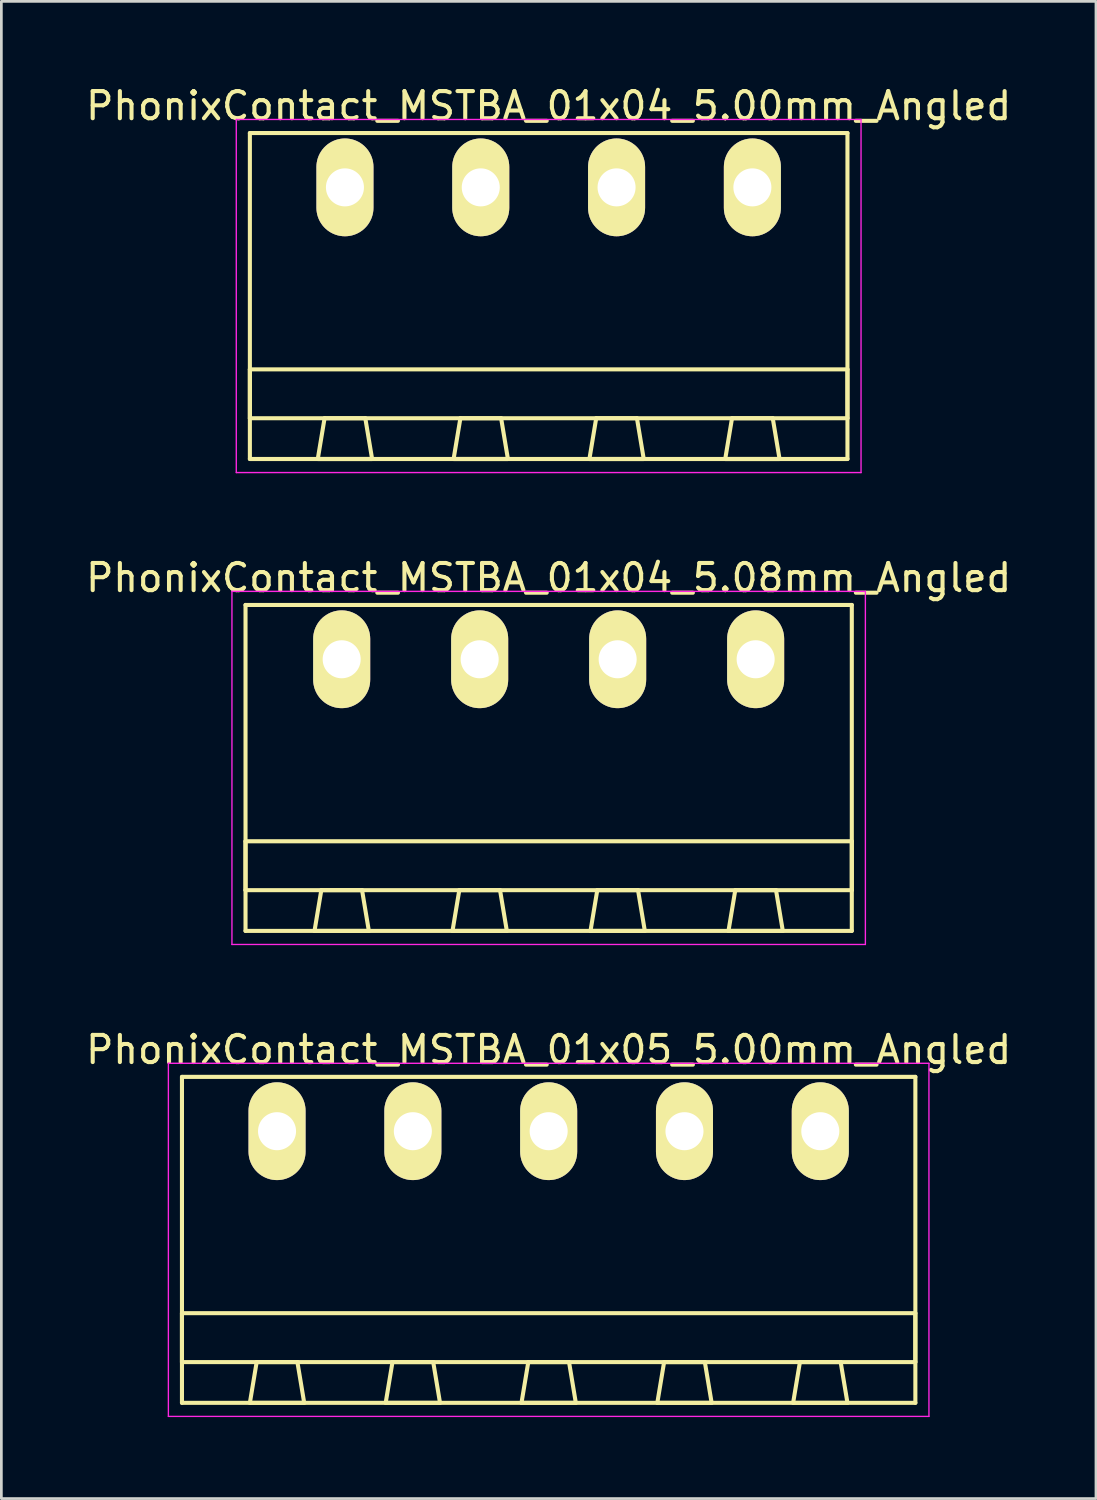
<source format=kicad_pcb>
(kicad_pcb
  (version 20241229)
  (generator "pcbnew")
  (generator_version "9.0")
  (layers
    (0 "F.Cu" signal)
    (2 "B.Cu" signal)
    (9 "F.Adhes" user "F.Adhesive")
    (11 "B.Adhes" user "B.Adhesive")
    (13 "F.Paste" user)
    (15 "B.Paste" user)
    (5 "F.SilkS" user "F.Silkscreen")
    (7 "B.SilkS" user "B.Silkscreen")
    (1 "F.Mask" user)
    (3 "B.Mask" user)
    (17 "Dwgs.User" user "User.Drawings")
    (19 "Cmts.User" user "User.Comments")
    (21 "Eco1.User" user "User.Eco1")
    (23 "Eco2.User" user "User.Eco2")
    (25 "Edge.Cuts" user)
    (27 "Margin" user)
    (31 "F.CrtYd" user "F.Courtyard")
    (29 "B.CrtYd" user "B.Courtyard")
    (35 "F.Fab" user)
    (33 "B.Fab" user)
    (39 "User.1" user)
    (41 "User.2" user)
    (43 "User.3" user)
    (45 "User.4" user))
  (footprint "PhonixContact_MSTBA_01x05_5.00mm_Angled"
    (layer "F.Cu")
    (at 7.149 38.595)
    (property "Reference" "PhonixContact_MSTBA_01x05_5.00mm_Angled" (at 10 -3 0) (layer "F.SilkS") (effects (font (size 1 1) (thickness 0.15))))
    (attr through_hole)
    (fp_line (start -3.5 -2) (end -3.5 10) (stroke (width 0.15) (type solid)) (layer "F.SilkS"))
    (fp_line (start -3.5 6.7) (end 23.5 6.7) (stroke (width 0.15) (type solid)) (layer "F.SilkS"))
    (fp_line (start -3.5 8.5) (end -3.5 6.7) (stroke (width 0.15) (type solid)) (layer "F.SilkS"))
    (fp_line (start -3.5 10) (end 23.5 10) (stroke (width 0.15) (type solid)) (layer "F.SilkS"))
    (fp_line (start -1 10) (end 1 10) (stroke (width 0.15) (type solid)) (layer "F.SilkS"))
    (fp_line (start -0.75 8.5) (end -1 10) (stroke (width 0.15) (type solid)) (layer "F.SilkS"))
    (fp_line (start 0.75 8.5) (end -0.75 8.5) (stroke (width 0.15) (type solid)) (layer "F.SilkS"))
    (fp_line (start 1 10) (end 0.75 8.5) (stroke (width 0.15) (type solid)) (layer "F.SilkS"))
    (fp_line (start 4 10) (end 6 10) (stroke (width 0.15) (type solid)) (layer "F.SilkS"))
    (fp_line (start 4.25 8.5) (end 4 10) (stroke (width 0.15) (type solid)) (layer "F.SilkS"))
    (fp_line (start 5.75 8.5) (end 4.25 8.5) (stroke (width 0.15) (type solid)) (layer "F.SilkS"))
    (fp_line (start 6 10) (end 5.75 8.5) (stroke (width 0.15) (type solid)) (layer "F.SilkS"))
    (fp_line (start 9 10) (end 11 10) (stroke (width 0.15) (type solid)) (layer "F.SilkS"))
    (fp_line (start 9.25 8.5) (end 9 10) (stroke (width 0.15) (type solid)) (layer "F.SilkS"))
    (fp_line (start 10.75 8.5) (end 9.25 8.5) (stroke (width 0.15) (type solid)) (layer "F.SilkS"))
    (fp_line (start 11 10) (end 10.75 8.5) (stroke (width 0.15) (type solid)) (layer "F.SilkS"))
    (fp_line (start 14 10) (end 16 10) (stroke (width 0.15) (type solid)) (layer "F.SilkS"))
    (fp_line (start 14.25 8.5) (end 14 10) (stroke (width 0.15) (type solid)) (layer "F.SilkS"))
    (fp_line (start 15.75 8.5) (end 14.25 8.5) (stroke (width 0.15) (type solid)) (layer "F.SilkS"))
    (fp_line (start 16 10) (end 15.75 8.5) (stroke (width 0.15) (type solid)) (layer "F.SilkS"))
    (fp_line (start 19 10) (end 21 10) (stroke (width 0.15) (type solid)) (layer "F.SilkS"))
    (fp_line (start 19.25 8.5) (end 19 10) (stroke (width 0.15) (type solid)) (layer "F.SilkS"))
    (fp_line (start 20.75 8.5) (end 19.25 8.5) (stroke (width 0.15) (type solid)) (layer "F.SilkS"))
    (fp_line (start 21 10) (end 20.75 8.5) (stroke (width 0.15) (type solid)) (layer "F.SilkS"))
    (fp_line (start 23.5 -2) (end -3.5 -2) (stroke (width 0.15) (type solid)) (layer "F.SilkS"))
    (fp_line (start 23.5 6.7) (end 23.5 8.5) (stroke (width 0.15) (type solid)) (layer "F.SilkS"))
    (fp_line (start 23.5 8.5) (end -3.5 8.5) (stroke (width 0.15) (type solid)) (layer "F.SilkS"))
    (fp_line (start 23.5 10) (end 23.5 -2) (stroke (width 0.15) (type solid)) (layer "F.SilkS"))
    (fp_line (start -4 -2.5) (end -4 10.5) (stroke (width 0.05) (type solid)) (layer "F.CrtYd"))
    (fp_line (start -4 10.5) (end 24 10.5) (stroke (width 0.05) (type solid)) (layer "F.CrtYd"))
    (fp_line (start 24 -2.5) (end -4 -2.5) (stroke (width 0.05) (type solid)) (layer "F.CrtYd"))
    (fp_line (start 24 10.5) (end 24 -2.5) (stroke (width 0.05) (type solid)) (layer "F.CrtYd"))
    (pad "1" thru_hole oval (at 0 0) (size 2.1 3.6) (drill 1.4) (layers "*.Cu" "*.Mask" "F.SilkS"))
    (pad "2" thru_hole oval (at 5 0) (size 2.1 3.6) (drill 1.4) (layers "*.Cu" "*.Mask" "F.SilkS"))
    (pad "3" thru_hole oval (at 10 0) (size 2.1 3.6) (drill 1.4) (layers "*.Cu" "*.Mask" "F.SilkS"))
    (pad "4" thru_hole oval (at 15 0) (size 2.1 3.6) (drill 1.4) (layers "*.Cu" "*.Mask" "F.SilkS"))
    (pad "5" thru_hole oval (at 20 0) (size 2.1 3.6) (drill 1.4) (layers "*.Cu" "*.Mask" "F.SilkS")))
  (footprint "PhonixContact_MSTBA_01x04_5.08mm_Angled"
    (layer "F.Cu")
    (at 9.529 21.221)
    (property "Reference" "PhonixContact_MSTBA_01x04_5.08mm_Angled" (at 7.62 -3 0) (layer "F.SilkS") (effects (font (size 1 1) (thickness 0.15))))
    (attr through_hole)
    (fp_line (start -3.54 -2) (end -3.54 10) (stroke (width 0.15) (type solid)) (layer "F.SilkS"))
    (fp_line (start -3.54 6.7) (end 18.78 6.7) (stroke (width 0.15) (type solid)) (layer "F.SilkS"))
    (fp_line (start -3.54 8.5) (end -3.54 6.7) (stroke (width 0.15) (type solid)) (layer "F.SilkS"))
    (fp_line (start -3.54 10) (end 18.78 10) (stroke (width 0.15) (type solid)) (layer "F.SilkS"))
    (fp_line (start -1 10) (end 1 10) (stroke (width 0.15) (type solid)) (layer "F.SilkS"))
    (fp_line (start -0.75 8.5) (end -1 10) (stroke (width 0.15) (type solid)) (layer "F.SilkS"))
    (fp_line (start 0.75 8.5) (end -0.75 8.5) (stroke (width 0.15) (type solid)) (layer "F.SilkS"))
    (fp_line (start 1 10) (end 0.75 8.5) (stroke (width 0.15) (type solid)) (layer "F.SilkS"))
    (fp_line (start 4.08 10) (end 6.08 10) (stroke (width 0.15) (type solid)) (layer "F.SilkS"))
    (fp_line (start 4.33 8.5) (end 4.08 10) (stroke (width 0.15) (type solid)) (layer "F.SilkS"))
    (fp_line (start 5.83 8.5) (end 4.33 8.5) (stroke (width 0.15) (type solid)) (layer "F.SilkS"))
    (fp_line (start 6.08 10) (end 5.83 8.5) (stroke (width 0.15) (type solid)) (layer "F.SilkS"))
    (fp_line (start 9.16 10) (end 11.16 10) (stroke (width 0.15) (type solid)) (layer "F.SilkS"))
    (fp_line (start 9.41 8.5) (end 9.16 10) (stroke (width 0.15) (type solid)) (layer "F.SilkS"))
    (fp_line (start 10.91 8.5) (end 9.41 8.5) (stroke (width 0.15) (type solid)) (layer "F.SilkS"))
    (fp_line (start 11.16 10) (end 10.91 8.5) (stroke (width 0.15) (type solid)) (layer "F.SilkS"))
    (fp_line (start 14.24 10) (end 16.24 10) (stroke (width 0.15) (type solid)) (layer "F.SilkS"))
    (fp_line (start 14.49 8.5) (end 14.24 10) (stroke (width 0.15) (type solid)) (layer "F.SilkS"))
    (fp_line (start 15.99 8.5) (end 14.49 8.5) (stroke (width 0.15) (type solid)) (layer "F.SilkS"))
    (fp_line (start 16.24 10) (end 15.99 8.5) (stroke (width 0.15) (type solid)) (layer "F.SilkS"))
    (fp_line (start 18.78 -2) (end -3.54 -2) (stroke (width 0.15) (type solid)) (layer "F.SilkS"))
    (fp_line (start 18.78 6.7) (end 18.78 8.5) (stroke (width 0.15) (type solid)) (layer "F.SilkS"))
    (fp_line (start 18.78 8.5) (end -3.54 8.5) (stroke (width 0.15) (type solid)) (layer "F.SilkS"))
    (fp_line (start 18.78 10) (end 18.78 -2) (stroke (width 0.15) (type solid)) (layer "F.SilkS"))
    (fp_line (start -4.04 -2.5) (end -4.04 10.5) (stroke (width 0.05) (type solid)) (layer "F.CrtYd"))
    (fp_line (start -4.04 10.5) (end 19.28 10.5) (stroke (width 0.05) (type solid)) (layer "F.CrtYd"))
    (fp_line (start 19.28 -2.5) (end -4.04 -2.5) (stroke (width 0.05) (type solid)) (layer "F.CrtYd"))
    (fp_line (start 19.28 10.5) (end 19.28 -2.5) (stroke (width 0.05) (type solid)) (layer "F.CrtYd"))
    (pad "1" thru_hole oval (at 0 0) (size 2.1 3.6) (drill 1.4) (layers "*.Cu" "*.Mask" "F.SilkS"))
    (pad "2" thru_hole oval (at 5.08 0) (size 2.1 3.6) (drill 1.4) (layers "*.Cu" "*.Mask" "F.SilkS"))
    (pad "3" thru_hole oval (at 10.16 0) (size 2.1 3.6) (drill 1.4) (layers "*.Cu" "*.Mask" "F.SilkS"))
    (pad "4" thru_hole oval (at 15.24 0) (size 2.1 3.6) (drill 1.4) (layers "*.Cu" "*.Mask" "F.SilkS")))
  (footprint "PhonixContact_MSTBA_01x04_5.00mm_Angled"
    (layer "F.Cu")
    (at 9.649 3.848)
    (property "Reference" "PhonixContact_MSTBA_01x04_5.00mm_Angled" (at 7.5 -3 0) (layer "F.SilkS") (effects (font (size 1 1) (thickness 0.15))))
    (attr through_hole)
    (fp_line (start -3.5 -2) (end -3.5 10) (stroke (width 0.15) (type solid)) (layer "F.SilkS"))
    (fp_line (start -3.5 6.7) (end 18.5 6.7) (stroke (width 0.15) (type solid)) (layer "F.SilkS"))
    (fp_line (start -3.5 8.5) (end -3.5 6.7) (stroke (width 0.15) (type solid)) (layer "F.SilkS"))
    (fp_line (start -3.5 10) (end 18.5 10) (stroke (width 0.15) (type solid)) (layer "F.SilkS"))
    (fp_line (start -1 10) (end 1 10) (stroke (width 0.15) (type solid)) (layer "F.SilkS"))
    (fp_line (start -0.75 8.5) (end -1 10) (stroke (width 0.15) (type solid)) (layer "F.SilkS"))
    (fp_line (start 0.75 8.5) (end -0.75 8.5) (stroke (width 0.15) (type solid)) (layer "F.SilkS"))
    (fp_line (start 1 10) (end 0.75 8.5) (stroke (width 0.15) (type solid)) (layer "F.SilkS"))
    (fp_line (start 4 10) (end 6 10) (stroke (width 0.15) (type solid)) (layer "F.SilkS"))
    (fp_line (start 4.25 8.5) (end 4 10) (stroke (width 0.15) (type solid)) (layer "F.SilkS"))
    (fp_line (start 5.75 8.5) (end 4.25 8.5) (stroke (width 0.15) (type solid)) (layer "F.SilkS"))
    (fp_line (start 6 10) (end 5.75 8.5) (stroke (width 0.15) (type solid)) (layer "F.SilkS"))
    (fp_line (start 9 10) (end 11 10) (stroke (width 0.15) (type solid)) (layer "F.SilkS"))
    (fp_line (start 9.25 8.5) (end 9 10) (stroke (width 0.15) (type solid)) (layer "F.SilkS"))
    (fp_line (start 10.75 8.5) (end 9.25 8.5) (stroke (width 0.15) (type solid)) (layer "F.SilkS"))
    (fp_line (start 11 10) (end 10.75 8.5) (stroke (width 0.15) (type solid)) (layer "F.SilkS"))
    (fp_line (start 14 10) (end 16 10) (stroke (width 0.15) (type solid)) (layer "F.SilkS"))
    (fp_line (start 14.25 8.5) (end 14 10) (stroke (width 0.15) (type solid)) (layer "F.SilkS"))
    (fp_line (start 15.75 8.5) (end 14.25 8.5) (stroke (width 0.15) (type solid)) (layer "F.SilkS"))
    (fp_line (start 16 10) (end 15.75 8.5) (stroke (width 0.15) (type solid)) (layer "F.SilkS"))
    (fp_line (start 18.5 -2) (end -3.5 -2) (stroke (width 0.15) (type solid)) (layer "F.SilkS"))
    (fp_line (start 18.5 6.7) (end 18.5 8.5) (stroke (width 0.15) (type solid)) (layer "F.SilkS"))
    (fp_line (start 18.5 8.5) (end -3.5 8.5) (stroke (width 0.15) (type solid)) (layer "F.SilkS"))
    (fp_line (start 18.5 10) (end 18.5 -2) (stroke (width 0.15) (type solid)) (layer "F.SilkS"))
    (fp_line (start -4 -2.5) (end -4 10.5) (stroke (width 0.05) (type solid)) (layer "F.CrtYd"))
    (fp_line (start -4 10.5) (end 19 10.5) (stroke (width 0.05) (type solid)) (layer "F.CrtYd"))
    (fp_line (start 19 -2.5) (end -4 -2.5) (stroke (width 0.05) (type solid)) (layer "F.CrtYd"))
    (fp_line (start 19 10.5) (end 19 -2.5) (stroke (width 0.05) (type solid)) (layer "F.CrtYd"))
    (pad "1" thru_hole oval (at 0 0) (size 2.1 3.6) (drill 1.4) (layers "*.Cu" "*.Mask" "F.SilkS"))
    (pad "2" thru_hole oval (at 5 0) (size 2.1 3.6) (drill 1.4) (layers "*.Cu" "*.Mask" "F.SilkS"))
    (pad "3" thru_hole oval (at 10 0) (size 2.1 3.6) (drill 1.4) (layers "*.Cu" "*.Mask" "F.SilkS"))
    (pad "4" thru_hole oval (at 15 0) (size 2.1 3.6) (drill 1.4) (layers "*.Cu" "*.Mask" "F.SilkS")))
  (gr_rect
    (start -3 -3)
    (end 37.298 52.12)
    (stroke (width 0.1) (type default))
    (fill no)
    (layer "Edge.Cuts")))
</source>
